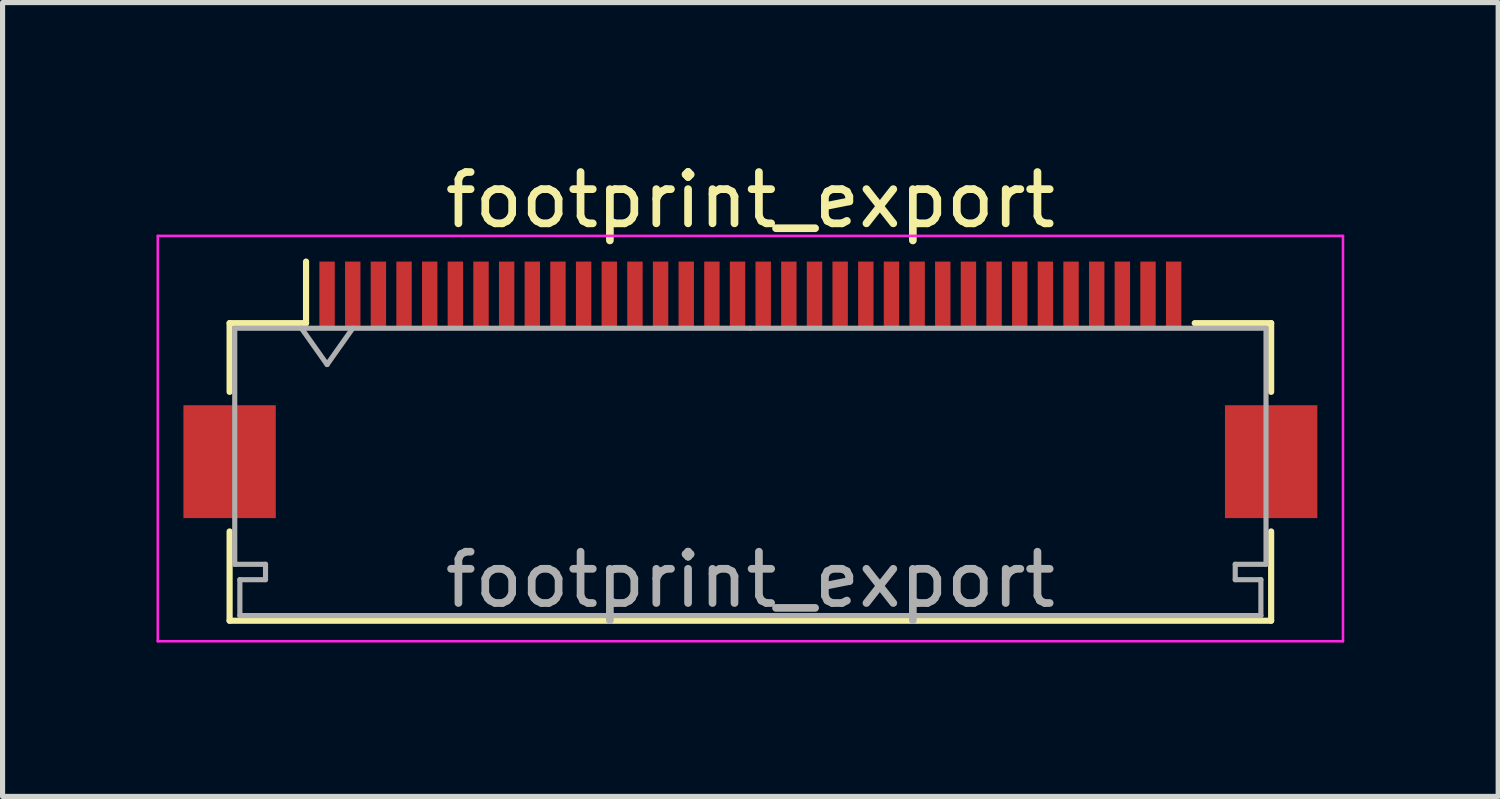
<source format=kicad_pcb>
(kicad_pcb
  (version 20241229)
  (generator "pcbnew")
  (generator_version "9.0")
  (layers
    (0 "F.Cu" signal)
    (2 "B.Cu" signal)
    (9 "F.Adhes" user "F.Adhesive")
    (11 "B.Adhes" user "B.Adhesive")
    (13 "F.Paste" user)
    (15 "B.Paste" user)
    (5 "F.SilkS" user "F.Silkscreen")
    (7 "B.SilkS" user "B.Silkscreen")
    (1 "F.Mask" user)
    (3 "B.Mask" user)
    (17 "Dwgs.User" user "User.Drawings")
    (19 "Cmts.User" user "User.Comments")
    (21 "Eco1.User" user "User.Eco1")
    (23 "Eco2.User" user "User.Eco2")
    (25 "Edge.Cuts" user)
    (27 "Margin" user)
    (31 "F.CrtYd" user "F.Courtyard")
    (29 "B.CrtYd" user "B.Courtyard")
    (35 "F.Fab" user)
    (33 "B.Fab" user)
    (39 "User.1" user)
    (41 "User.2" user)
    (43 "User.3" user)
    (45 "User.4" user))
  (footprint "footprint_export"
    (layer "F.Cu")
    (at 11.575 4.548)
    (property "Reference" "footprint_export" (at 0 -3.7 0) (layer "F.SilkS") (effects (font (size 1 1) (thickness 0.15))))
    (attr smd)
    (fp_line (start -10.15 -1.3) (end -10.15 0.04) (stroke (width 0.12) (type solid)) (layer "F.SilkS"))
    (fp_line (start -10.15 2.76) (end -10.15 4.5) (stroke (width 0.12) (type solid)) (layer "F.SilkS"))
    (fp_line (start -10.15 4.5) (end 10.15 4.5) (stroke (width 0.12) (type solid)) (layer "F.SilkS"))
    (fp_line (start -8.66 -1.3) (end -10.15 -1.3) (stroke (width 0.12) (type solid)) (layer "F.SilkS"))
    (fp_line (start -8.66 -1.3) (end -8.66 -2.5) (stroke (width 0.12) (type solid)) (layer "F.SilkS"))
    (fp_line (start 8.66 -1.3) (end 10.15 -1.3) (stroke (width 0.12) (type solid)) (layer "F.SilkS"))
    (fp_line (start 10.15 -1.3) (end 10.15 0.04) (stroke (width 0.12) (type solid)) (layer "F.SilkS"))
    (fp_line (start 10.15 4.5) (end 10.15 2.76) (stroke (width 0.12) (type solid)) (layer "F.SilkS"))
    (fp_line (start -11.55 -3) (end -11.55 4.9) (stroke (width 0.05) (type solid)) (layer "F.CrtYd"))
    (fp_line (start -11.55 4.9) (end 11.55 4.9) (stroke (width 0.05) (type solid)) (layer "F.CrtYd"))
    (fp_line (start 11.55 -3) (end -11.55 -3) (stroke (width 0.05) (type solid)) (layer "F.CrtYd"))
    (fp_line (start 11.55 4.9) (end 11.55 -3) (stroke (width 0.05) (type solid)) (layer "F.CrtYd"))
    (fp_line (start -10.05 -1.2) (end -10.05 3.4) (stroke (width 0.1) (type solid)) (layer "F.Fab"))
    (fp_line (start -10.05 3.4) (end -9.45 3.4) (stroke (width 0.1) (type solid)) (layer "F.Fab"))
    (fp_line (start -9.95 3.7) (end -9.95 4.4) (stroke (width 0.1) (type solid)) (layer "F.Fab"))
    (fp_line (start -9.95 4.4) (end 0 4.4) (stroke (width 0.1) (type solid)) (layer "F.Fab"))
    (fp_line (start -9.45 3.4) (end -9.45 3.7) (stroke (width 0.1) (type solid)) (layer "F.Fab"))
    (fp_line (start -9.45 3.7) (end -9.95 3.7) (stroke (width 0.1) (type solid)) (layer "F.Fab"))
    (fp_line (start -8.75 -1.2) (end -8.25 -0.493) (stroke (width 0.1) (type solid)) (layer "F.Fab"))
    (fp_line (start -8.25 -0.493) (end -7.75 -1.2) (stroke (width 0.1) (type solid)) (layer "F.Fab"))
    (fp_line (start 0 -1.2) (end -10.05 -1.2) (stroke (width 0.1) (type solid)) (layer "F.Fab"))
    (fp_line (start 0 -1.2) (end 10.05 -1.2) (stroke (width 0.1) (type solid)) (layer "F.Fab"))
    (fp_line (start 9.45 3.4) (end 9.45 3.7) (stroke (width 0.1) (type solid)) (layer "F.Fab"))
    (fp_line (start 9.45 3.7) (end 9.95 3.7) (stroke (width 0.1) (type solid)) (layer "F.Fab"))
    (fp_line (start 9.95 3.7) (end 9.95 4.4) (stroke (width 0.1) (type solid)) (layer "F.Fab"))
    (fp_line (start 9.95 4.4) (end 0 4.4) (stroke (width 0.1) (type solid)) (layer "F.Fab"))
    (fp_line (start 10.05 -1.2) (end 10.05 3.4) (stroke (width 0.1) (type solid)) (layer "F.Fab"))
    (fp_line (start 10.05 3.4) (end 9.45 3.4) (stroke (width 0.1) (type solid)) (layer "F.Fab"))
    (fp_text user "${REFERENCE}" (at 0 3.7 0) (layer "F.Fab") (effects (font (size 1 1) (thickness 0.15))))
    (pad "1" smd rect (at -8.25 -1.85) (size 0.3 1.3) (layers "F.Cu" "F.Mask" "F.Paste"))
    (pad "2" smd rect (at -7.75 -1.85) (size 0.3 1.3) (layers "F.Cu" "F.Mask" "F.Paste"))
    (pad "3" smd rect (at -7.25 -1.85) (size 0.3 1.3) (layers "F.Cu" "F.Mask" "F.Paste"))
    (pad "4" smd rect (at -6.75 -1.85) (size 0.3 1.3) (layers "F.Cu" "F.Mask" "F.Paste"))
    (pad "5" smd rect (at -6.25 -1.85) (size 0.3 1.3) (layers "F.Cu" "F.Mask" "F.Paste"))
    (pad "6" smd rect (at -5.75 -1.85) (size 0.3 1.3) (layers "F.Cu" "F.Mask" "F.Paste"))
    (pad "7" smd rect (at -5.25 -1.85) (size 0.3 1.3) (layers "F.Cu" "F.Mask" "F.Paste"))
    (pad "8" smd rect (at -4.75 -1.85) (size 0.3 1.3) (layers "F.Cu" "F.Mask" "F.Paste"))
    (pad "9" smd rect (at -4.25 -1.85) (size 0.3 1.3) (layers "F.Cu" "F.Mask" "F.Paste"))
    (pad "10" smd rect (at -3.75 -1.85) (size 0.3 1.3) (layers "F.Cu" "F.Mask" "F.Paste"))
    (pad "11" smd rect (at -3.25 -1.85) (size 0.3 1.3) (layers "F.Cu" "F.Mask" "F.Paste"))
    (pad "12" smd rect (at -2.75 -1.85) (size 0.3 1.3) (layers "F.Cu" "F.Mask" "F.Paste"))
    (pad "13" smd rect (at -2.25 -1.85) (size 0.3 1.3) (layers "F.Cu" "F.Mask" "F.Paste"))
    (pad "14" smd rect (at -1.75 -1.85) (size 0.3 1.3) (layers "F.Cu" "F.Mask" "F.Paste"))
    (pad "15" smd rect (at -1.25 -1.85) (size 0.3 1.3) (layers "F.Cu" "F.Mask" "F.Paste"))
    (pad "16" smd rect (at -0.75 -1.85) (size 0.3 1.3) (layers "F.Cu" "F.Mask" "F.Paste"))
    (pad "17" smd rect (at -0.25 -1.85) (size 0.3 1.3) (layers "F.Cu" "F.Mask" "F.Paste"))
    (pad "18" smd rect (at 0.25 -1.85) (size 0.3 1.3) (layers "F.Cu" "F.Mask" "F.Paste"))
    (pad "19" smd rect (at 0.75 -1.85) (size 0.3 1.3) (layers "F.Cu" "F.Mask" "F.Paste"))
    (pad "20" smd rect (at 1.25 -1.85) (size 0.3 1.3) (layers "F.Cu" "F.Mask" "F.Paste"))
    (pad "21" smd rect (at 1.75 -1.85) (size 0.3 1.3) (layers "F.Cu" "F.Mask" "F.Paste"))
    (pad "22" smd rect (at 2.25 -1.85) (size 0.3 1.3) (layers "F.Cu" "F.Mask" "F.Paste"))
    (pad "23" smd rect (at 2.75 -1.85) (size 0.3 1.3) (layers "F.Cu" "F.Mask" "F.Paste"))
    (pad "24" smd rect (at 3.25 -1.85) (size 0.3 1.3) (layers "F.Cu" "F.Mask" "F.Paste"))
    (pad "25" smd rect (at 3.75 -1.85) (size 0.3 1.3) (layers "F.Cu" "F.Mask" "F.Paste"))
    (pad "26" smd rect (at 4.25 -1.85) (size 0.3 1.3) (layers "F.Cu" "F.Mask" "F.Paste"))
    (pad "27" smd rect (at 4.75 -1.85) (size 0.3 1.3) (layers "F.Cu" "F.Mask" "F.Paste"))
    (pad "28" smd rect (at 5.25 -1.85) (size 0.3 1.3) (layers "F.Cu" "F.Mask" "F.Paste"))
    (pad "29" smd rect (at 5.75 -1.85) (size 0.3 1.3) (layers "F.Cu" "F.Mask" "F.Paste"))
    (pad "30" smd rect (at 6.25 -1.85) (size 0.3 1.3) (layers "F.Cu" "F.Mask" "F.Paste"))
    (pad "31" smd rect (at 6.75 -1.85) (size 0.3 1.3) (layers "F.Cu" "F.Mask" "F.Paste"))
    (pad "32" smd rect (at 7.25 -1.85) (size 0.3 1.3) (layers "F.Cu" "F.Mask" "F.Paste"))
    (pad "33" smd rect (at 7.75 -1.85) (size 0.3 1.3) (layers "F.Cu" "F.Mask" "F.Paste"))
    (pad "34" smd rect (at 8.25 -1.85) (size 0.3 1.3) (layers "F.Cu" "F.Mask" "F.Paste"))
    (pad "MP" smd rect (at -10.15 1.4) (size 1.8 2.2) (layers "F.Cu" "F.Mask" "F.Paste"))
    (pad "MP" smd rect (at 10.15 1.4) (size 1.8 2.2) (layers "F.Cu" "F.Mask" "F.Paste")))
  (gr_rect
    (start -3 -3)
    (end 26.15 12.473)
    (stroke (width 0.1) (type default))
    (fill no)
    (layer "Edge.Cuts")))
</source>
